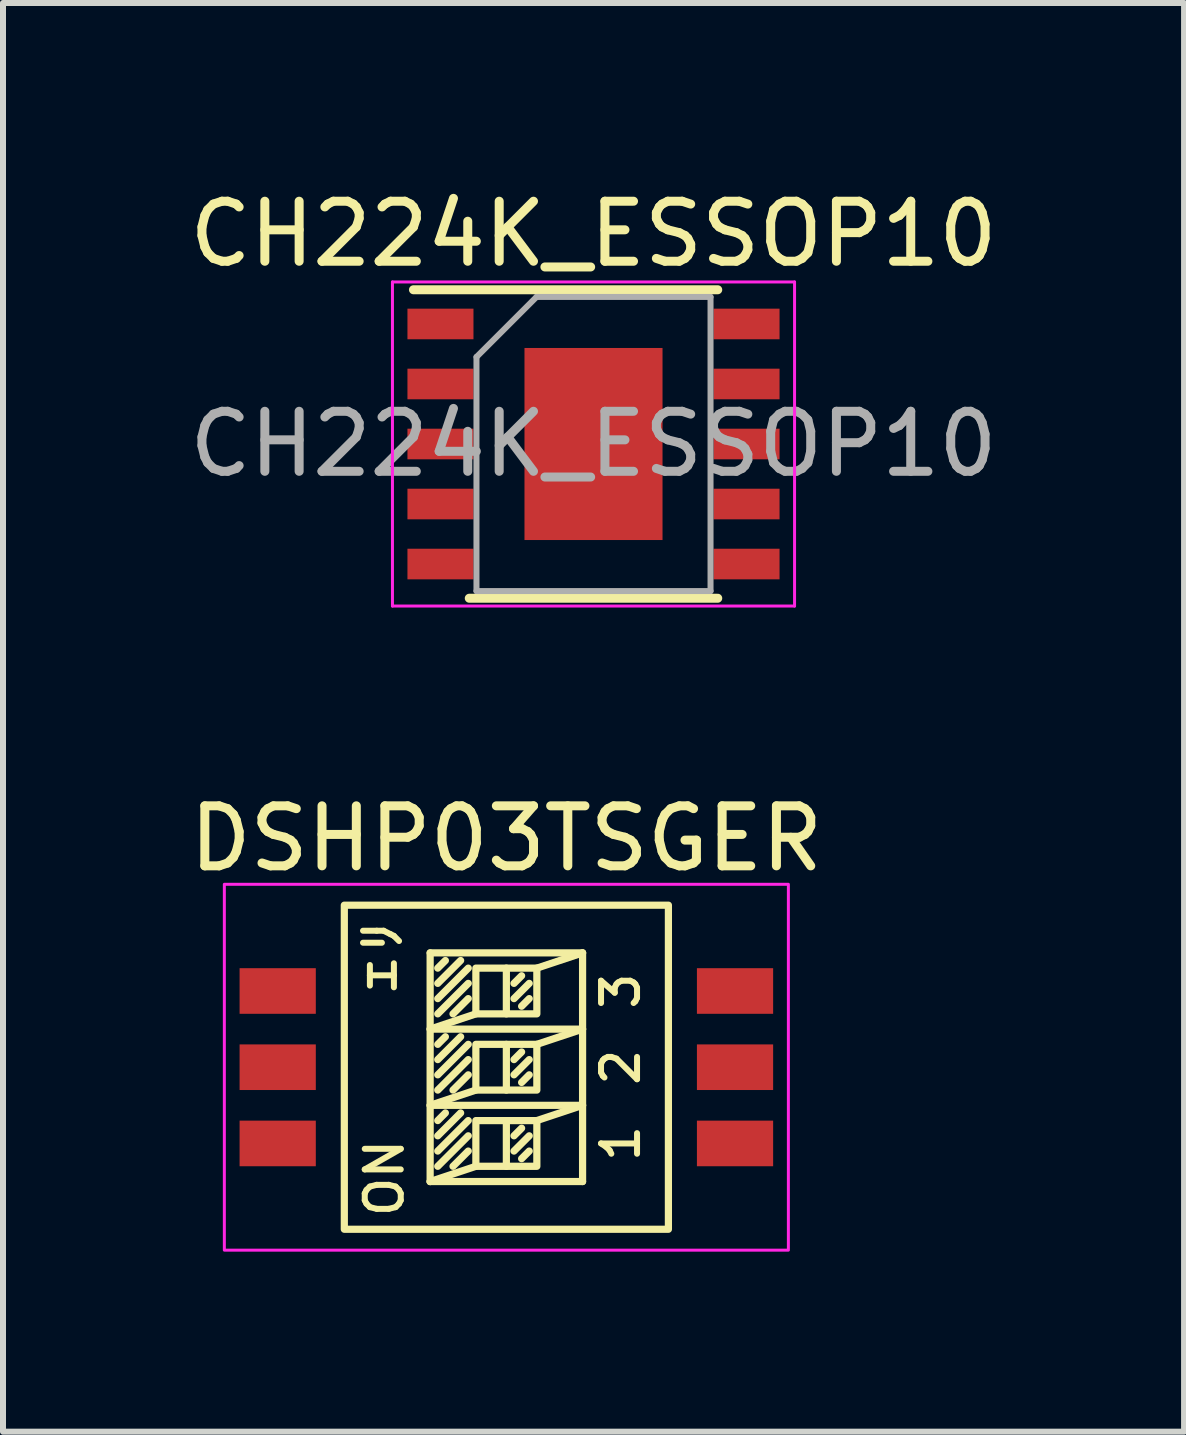
<source format=kicad_pcb>
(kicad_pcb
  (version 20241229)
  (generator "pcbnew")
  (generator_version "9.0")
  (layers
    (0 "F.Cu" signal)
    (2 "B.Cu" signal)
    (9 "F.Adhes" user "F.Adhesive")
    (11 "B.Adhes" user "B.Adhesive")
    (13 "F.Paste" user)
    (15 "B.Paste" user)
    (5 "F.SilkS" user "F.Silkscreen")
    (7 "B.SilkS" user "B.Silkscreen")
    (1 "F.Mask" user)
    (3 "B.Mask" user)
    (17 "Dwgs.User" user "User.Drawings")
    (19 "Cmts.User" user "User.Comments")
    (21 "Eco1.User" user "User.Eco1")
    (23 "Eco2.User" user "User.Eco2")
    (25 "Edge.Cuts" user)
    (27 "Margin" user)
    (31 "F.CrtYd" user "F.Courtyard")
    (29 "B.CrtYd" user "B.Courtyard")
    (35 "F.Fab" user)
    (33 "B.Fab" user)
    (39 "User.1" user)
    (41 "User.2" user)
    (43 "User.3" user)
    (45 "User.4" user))
  (footprint "DSHP03TSGER"
    (layer "F.Cu")
    (at 5.387 14.732)
    (property "Reference" "DSHP03TSGER" (at 0 -3.81 0) (unlocked yes) (layer "F.SilkS") (effects (font (size 1 1) (thickness 0.15))))
    (attr smd)
    (fp_line (start -1.27 -1.905) (end 1.27 -1.905) (stroke (width 0.12) (type default)) (layer "F.SilkS"))
    (fp_line (start -1.27 -0.635) (end -0.508 -0.889) (stroke (width 0.12) (type default)) (layer "F.SilkS"))
    (fp_line (start -1.27 -0.635) (end 1.27 -0.635) (stroke (width 0.12) (type default)) (layer "F.SilkS"))
    (fp_line (start -1.27 0.635) (end -0.508 0.381) (stroke (width 0.12) (type default)) (layer "F.SilkS"))
    (fp_line (start -1.27 0.635) (end 1.27 0.635) (stroke (width 0.12) (type default)) (layer "F.SilkS"))
    (fp_line (start -1.27 1.905) (end -1.27 -1.905) (stroke (width 0.12) (type default)) (layer "F.SilkS"))
    (fp_line (start -1.27 1.905) (end -0.508 1.651) (stroke (width 0.12) (type default)) (layer "F.SilkS"))
    (fp_line (start -1.143 -1.651) (end -1.016 -1.778) (stroke (width 0.12) (type default)) (layer "F.SilkS"))
    (fp_line (start -1.143 -1.397) (end -0.762 -1.778) (stroke (width 0.12) (type default)) (layer "F.SilkS"))
    (fp_line (start -1.143 -1.143) (end -0.635 -1.651) (stroke (width 0.12) (type default)) (layer "F.SilkS"))
    (fp_line (start -1.143 -0.889) (end -0.635 -1.397) (stroke (width 0.12) (type default)) (layer "F.SilkS"))
    (fp_line (start -1.143 -0.381) (end -1.016 -0.508) (stroke (width 0.12) (type default)) (layer "F.SilkS"))
    (fp_line (start -1.143 -0.127) (end -0.762 -0.508) (stroke (width 0.12) (type default)) (layer "F.SilkS"))
    (fp_line (start -1.143 0.127) (end -0.635 -0.381) (stroke (width 0.12) (type default)) (layer "F.SilkS"))
    (fp_line (start -1.143 0.381) (end -0.635 -0.127) (stroke (width 0.12) (type default)) (layer "F.SilkS"))
    (fp_line (start -1.143 0.889) (end -1.016 0.762) (stroke (width 0.12) (type default)) (layer "F.SilkS"))
    (fp_line (start -1.143 1.143) (end -0.762 0.762) (stroke (width 0.12) (type default)) (layer "F.SilkS"))
    (fp_line (start -1.143 1.397) (end -0.635 0.889) (stroke (width 0.12) (type default)) (layer "F.SilkS"))
    (fp_line (start -1.143 1.651) (end -0.635 1.143) (stroke (width 0.12) (type default)) (layer "F.SilkS"))
    (fp_line (start -0.889 -0.889) (end -0.635 -1.143) (stroke (width 0.12) (type default)) (layer "F.SilkS"))
    (fp_line (start -0.889 0.381) (end -0.635 0.127) (stroke (width 0.12) (type default)) (layer "F.SilkS"))
    (fp_line (start -0.889 1.651) (end -0.635 1.397) (stroke (width 0.12) (type default)) (layer "F.SilkS"))
    (fp_line (start 0 -0.889) (end 0 -1.651) (stroke (width 0.12) (type default)) (layer "F.SilkS"))
    (fp_line (start 0 -0.381) (end 0 0.381) (stroke (width 0.12) (type default)) (layer "F.SilkS"))
    (fp_line (start 0 1.651) (end 0 0.889) (stroke (width 0.12) (type default)) (layer "F.SilkS"))
    (fp_line (start 0.127 -1.397) (end 0.254 -1.524) (stroke (width 0.12) (type default)) (layer "F.SilkS"))
    (fp_line (start 0.127 -1.143) (end 0.381 -1.397) (stroke (width 0.12) (type default)) (layer "F.SilkS"))
    (fp_line (start 0.127 -0.127) (end 0.254 -0.254) (stroke (width 0.12) (type default)) (layer "F.SilkS"))
    (fp_line (start 0.127 0.127) (end 0.381 -0.127) (stroke (width 0.12) (type default)) (layer "F.SilkS"))
    (fp_line (start 0.127 1.143) (end 0.254 1.016) (stroke (width 0.12) (type default)) (layer "F.SilkS"))
    (fp_line (start 0.127 1.397) (end 0.381 1.143) (stroke (width 0.12) (type default)) (layer "F.SilkS"))
    (fp_line (start 0.254 -1.016) (end 0.381 -1.143) (stroke (width 0.12) (type default)) (layer "F.SilkS"))
    (fp_line (start 0.254 0.254) (end 0.381 0.127) (stroke (width 0.12) (type default)) (layer "F.SilkS"))
    (fp_line (start 0.254 1.524) (end 0.381 1.397) (stroke (width 0.12) (type default)) (layer "F.SilkS"))
    (fp_line (start 0.508 -0.381) (end 1.27 -0.635) (stroke (width 0.12) (type default)) (layer "F.SilkS"))
    (fp_line (start 0.508 0.889) (end 1.27 0.635) (stroke (width 0.12) (type default)) (layer "F.SilkS"))
    (fp_line (start 1.27 -1.905) (end 0.508 -1.651) (stroke (width 0.12) (type default)) (layer "F.SilkS"))
    (fp_line (start 1.27 -1.905) (end 1.27 1.905) (stroke (width 0.12) (type default)) (layer "F.SilkS"))
    (fp_line (start 1.27 1.905) (end -1.27 1.905) (stroke (width 0.12) (type default)) (layer "F.SilkS"))
    (fp_rect (start -2.7 -2.7) (end 2.7 2.7) (stroke (width 0.12) (type default)) (fill no) (layer "F.SilkS"))
    (fp_rect (start -0.508 -1.651) (end 0.508 -0.889) (stroke (width 0.12) (type default)) (fill no) (layer "F.SilkS"))
    (fp_rect (start -0.508 -0.381) (end 0.508 0.381) (stroke (width 0.12) (type default)) (fill no) (layer "F.SilkS"))
    (fp_rect (start -0.508 0.889) (end 0.508 1.651) (stroke (width 0.12) (type default)) (fill no) (layer "F.SilkS"))
    (fp_rect (start -4.699 -3.048) (end 4.699 3.048) (stroke (width 0.05) (type default)) (fill no) (layer "F.CrtYd"))
    (fp_text user "ON" (at -2.032 2.54 90) (unlocked yes) (layer "F.SilkS") (effects (font (size 0.6 0.6) (thickness 0.1) (bold yes)) (justify left)))
    (fp_text user "エリ" (at -2.032 -2.54 90) (unlocked yes) (layer "F.SilkS") (effects (font (size 0.6 0.6) (thickness 0.1) (bold yes)) (justify right)))
    (fp_text user "1" (at 1.905 1.27 90) (unlocked yes) (layer "F.SilkS") (effects (font (size 0.6 0.6) (thickness 0.1) (bold yes))))
    (fp_text user "3" (at 1.905 -1.27 90) (unlocked yes) (layer "F.SilkS") (effects (font (size 0.6 0.6) (thickness 0.1) (bold yes))))
    (fp_text user "2" (at 1.905 0 90) (unlocked yes) (layer "F.SilkS") (effects (font (size 0.6 0.6) (thickness 0.1) (bold yes))))
    (pad "1" smd rect (at -3.81 -1.27) (size 1.27 0.76) (layers "F.Cu" "F.Mask" "F.Paste"))
    (pad "2" smd rect (at -3.81 0) (size 1.27 0.76) (layers "F.Cu" "F.Mask" "F.Paste"))
    (pad "3" smd rect (at -3.81 1.27) (size 1.27 0.76) (layers "F.Cu" "F.Mask" "F.Paste"))
    (pad "4" smd rect (at 3.81 -1.27) (size 1.27 0.76) (layers "F.Cu" "F.Mask" "F.Paste"))
    (pad "5" smd rect (at 3.81 0) (size 1.27 0.76) (layers "F.Cu" "F.Mask" "F.Paste"))
    (pad "6" smd rect (at 3.81 1.27) (size 1.27 0.76) (layers "F.Cu" "F.Mask" "F.Paste")))
  (footprint "CH224K_ESSOP10"
    (layer "F.Cu")
    (at 6.839 4.348)
    (property "Reference" "CH224K_ESSOP10" (at 0 -3.5 0) (layer "F.SilkS") (effects (font (size 1 1) (thickness 0.15))))
    (attr smd)
    (fp_line (start -3 -2.57) (end 2.07 -2.57) (stroke (width 0.15) (type solid)) (layer "F.SilkS"))
    (fp_line (start -2.07 2.57) (end 2.07 2.57) (stroke (width 0.15) (type solid)) (layer "F.SilkS"))
    (fp_line (start -3.35 -2.7) (end -3.35 2.7) (stroke (width 0.05) (type solid)) (layer "F.CrtYd"))
    (fp_line (start -3.35 -2.7) (end 3.35 -2.7) (stroke (width 0.05) (type solid)) (layer "F.CrtYd"))
    (fp_line (start -3.35 2.7) (end 3.35 2.7) (stroke (width 0.05) (type solid)) (layer "F.CrtYd"))
    (fp_line (start 3.35 -2.7) (end 3.35 2.7) (stroke (width 0.05) (type solid)) (layer "F.CrtYd"))
    (fp_line (start -1.95 -1.45) (end -0.95 -2.45) (stroke (width 0.1) (type solid)) (layer "F.Fab"))
    (fp_line (start -1.95 2.45) (end -1.95 -1.45) (stroke (width 0.1) (type solid)) (layer "F.Fab"))
    (fp_line (start -0.95 -2.45) (end 1.95 -2.45) (stroke (width 0.1) (type solid)) (layer "F.Fab"))
    (fp_line (start 1.95 -2.45) (end 1.95 2.45) (stroke (width 0.1) (type solid)) (layer "F.Fab"))
    (fp_line (start 1.95 2.45) (end -1.95 2.45) (stroke (width 0.1) (type solid)) (layer "F.Fab"))
    (fp_text user "${REFERENCE}" (at 0 0 0) (layer "F.Fab") (effects (font (size 1 1) (thickness 0.15))))
    (pad "1" smd rect (at -2.55 -2) (size 1.1 0.51) (layers "F.Cu" "F.Mask" "F.Paste"))
    (pad "2" smd rect (at -2.55 -1) (size 1.1 0.51) (layers "F.Cu" "F.Mask" "F.Paste"))
    (pad "3" smd rect (at -2.55 0) (size 1.1 0.51) (layers "F.Cu" "F.Mask" "F.Paste"))
    (pad "4" smd rect (at -2.55 1) (size 1.1 0.51) (layers "F.Cu" "F.Mask" "F.Paste"))
    (pad "5" smd rect (at -2.55 2) (size 1.1 0.51) (layers "F.Cu" "F.Mask" "F.Paste"))
    (pad "6" smd rect (at 2.55 2) (size 1.1 0.51) (layers "F.Cu" "F.Mask" "F.Paste"))
    (pad "7" smd rect (at 2.55 1) (size 1.1 0.51) (layers "F.Cu" "F.Mask" "F.Paste"))
    (pad "8" smd rect (at 2.55 0) (size 1.1 0.51) (layers "F.Cu" "F.Mask" "F.Paste"))
    (pad "9" smd rect (at 2.55 -1) (size 1.1 0.51) (layers "F.Cu" "F.Mask" "F.Paste"))
    (pad "10" smd rect (at 2.55 -2) (size 1.1 0.51) (layers "F.Cu" "F.Mask" "F.Paste"))
    (pad "11" smd rect (at 0 0) (size 2.3 3.2) (layers "F.Cu" "F.Mask" "F.Paste")))
  (gr_rect
    (start -3 -3)
    (end 16.679 20.805)
    (stroke (width 0.1) (type default))
    (fill no)
    (layer "Edge.Cuts")))
</source>
